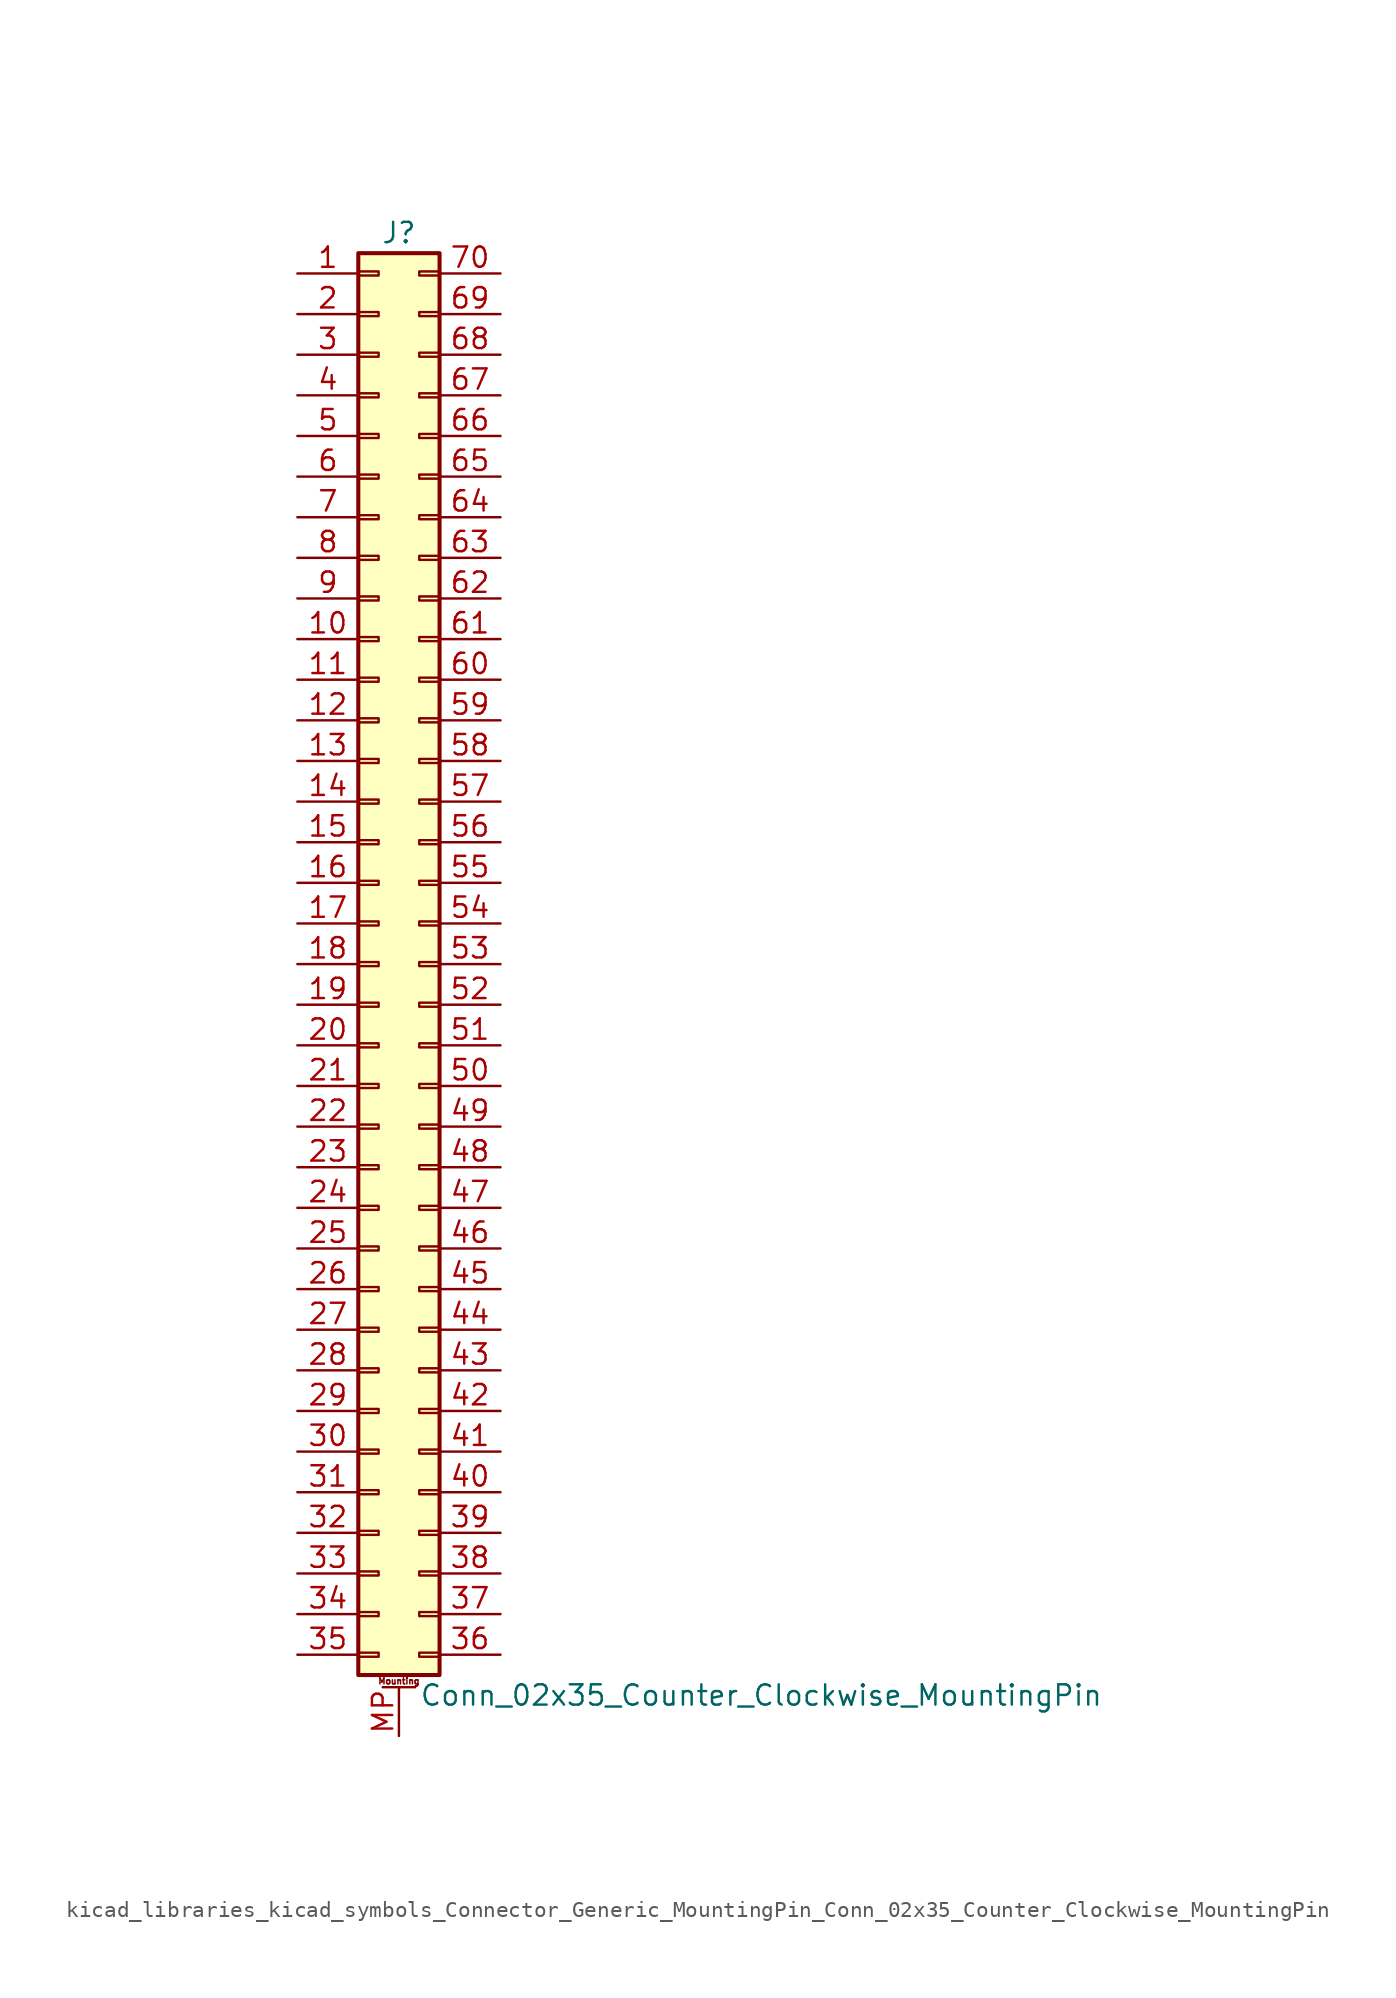
<source format=kicad_sym>
(kicad_symbol_lib
  (version 20220914)
  (generator kicad_symbol_editor)
  (symbol "kicad_libraries_kicad_symbols_Connector_Generic_MountingPin_Conn_02x35_Counter_Clockwise_MountingPin"
    (pin_names
      (offset 1.016) hide)
    (property "Reference" "J"
      (at 1.27 45.72 0)
      (effects (font (size 1.27 1.27))))
    (property "Value" "Conn_02x35_Counter_Clockwise_MountingPin"
      (at 2.54 -45.72 0)
      (effects (font (size 1.27 1.27)) (justify left)))
    (symbol "kicad_libraries_kicad_symbols_Connector_Generic_MountingPin_Conn_02x35_Counter_Clockwise_MountingPin_1_1"
      (rectangle (start -1.27 -43.053) (end 0 -43.307) (stroke (width 0.152) (type default)) (fill (type none)))
      (rectangle (start -1.27 -40.513) (end 0 -40.767) (stroke (width 0.152) (type default)) (fill (type none)))
      (rectangle (start -1.27 -37.973) (end 0 -38.227) (stroke (width 0.152) (type default)) (fill (type none)))
      (rectangle (start -1.27 -35.433) (end 0 -35.687) (stroke (width 0.152) (type default)) (fill (type none)))
      (rectangle (start -1.27 -32.893) (end 0 -33.147) (stroke (width 0.152) (type default)) (fill (type none)))
      (rectangle (start -1.27 -30.353) (end 0 -30.607) (stroke (width 0.152) (type default)) (fill (type none)))
      (rectangle (start -1.27 -27.813) (end 0 -28.067) (stroke (width 0.152) (type default)) (fill (type none)))
      (rectangle (start -1.27 -25.273) (end 0 -25.527) (stroke (width 0.152) (type default)) (fill (type none)))
      (rectangle (start -1.27 -22.733) (end 0 -22.987) (stroke (width 0.152) (type default)) (fill (type none)))
      (rectangle (start -1.27 -20.193) (end 0 -20.447) (stroke (width 0.152) (type default)) (fill (type none)))
      (rectangle (start -1.27 -17.653) (end 0 -17.907) (stroke (width 0.152) (type default)) (fill (type none)))
      (rectangle (start -1.27 -15.113) (end 0 -15.367) (stroke (width 0.152) (type default)) (fill (type none)))
      (rectangle (start -1.27 -12.573) (end 0 -12.827) (stroke (width 0.152) (type default)) (fill (type none)))
      (rectangle (start -1.27 -10.033) (end 0 -10.287) (stroke (width 0.152) (type default)) (fill (type none)))
      (rectangle (start -1.27 -7.493) (end 0 -7.747) (stroke (width 0.152) (type default)) (fill (type none)))
      (rectangle (start -1.27 -4.953) (end 0 -5.207) (stroke (width 0.152) (type default)) (fill (type none)))
      (rectangle (start -1.27 -2.413) (end 0 -2.667) (stroke (width 0.152) (type default)) (fill (type none)))
      (rectangle (start -1.27 0.127) (end 0 -0.127) (stroke (width 0.152) (type default)) (fill (type none)))
      (rectangle (start -1.27 2.667) (end 0 2.413) (stroke (width 0.152) (type default)) (fill (type none)))
      (rectangle (start -1.27 5.207) (end 0 4.953) (stroke (width 0.152) (type default)) (fill (type none)))
      (rectangle (start -1.27 7.747) (end 0 7.493) (stroke (width 0.152) (type default)) (fill (type none)))
      (rectangle (start -1.27 10.287) (end 0 10.033) (stroke (width 0.152) (type default)) (fill (type none)))
      (rectangle (start -1.27 12.827) (end 0 12.573) (stroke (width 0.152) (type default)) (fill (type none)))
      (rectangle (start -1.27 15.367) (end 0 15.113) (stroke (width 0.152) (type default)) (fill (type none)))
      (rectangle (start -1.27 17.907) (end 0 17.653) (stroke (width 0.152) (type default)) (fill (type none)))
      (rectangle (start -1.27 20.447) (end 0 20.193) (stroke (width 0.152) (type default)) (fill (type none)))
      (rectangle (start -1.27 22.987) (end 0 22.733) (stroke (width 0.152) (type default)) (fill (type none)))
      (rectangle (start -1.27 25.527) (end 0 25.273) (stroke (width 0.152) (type default)) (fill (type none)))
      (rectangle (start -1.27 28.067) (end 0 27.813) (stroke (width 0.152) (type default)) (fill (type none)))
      (rectangle (start -1.27 30.607) (end 0 30.353) (stroke (width 0.152) (type default)) (fill (type none)))
      (rectangle (start -1.27 33.147) (end 0 32.893) (stroke (width 0.152) (type default)) (fill (type none)))
      (rectangle (start -1.27 35.687) (end 0 35.433) (stroke (width 0.152) (type default)) (fill (type none)))
      (rectangle (start -1.27 38.227) (end 0 37.973) (stroke (width 0.152) (type default)) (fill (type none)))
      (rectangle (start -1.27 40.767) (end 0 40.513) (stroke (width 0.152) (type default)) (fill (type none)))
      (rectangle (start -1.27 43.307) (end 0 43.053) (stroke (width 0.152) (type default)) (fill (type none)))
      (rectangle (start -1.27 44.45) (end 3.81 -44.45) (stroke (width 0.254) (type default)) (fill (type background)))
      (polyline (pts (xy 0.254 -45.212) (xy 2.286 -45.212)) (stroke (width 0.152) (type default)) (fill (type none)))
      (rectangle (start 3.81 -43.053) (end 2.54 -43.307) (stroke (width 0.152) (type default)) (fill (type none)))
      (rectangle (start 3.81 -40.513) (end 2.54 -40.767) (stroke (width 0.152) (type default)) (fill (type none)))
      (rectangle (start 3.81 -37.973) (end 2.54 -38.227) (stroke (width 0.152) (type default)) (fill (type none)))
      (rectangle (start 3.81 -35.433) (end 2.54 -35.687) (stroke (width 0.152) (type default)) (fill (type none)))
      (rectangle (start 3.81 -32.893) (end 2.54 -33.147) (stroke (width 0.152) (type default)) (fill (type none)))
      (rectangle (start 3.81 -30.353) (end 2.54 -30.607) (stroke (width 0.152) (type default)) (fill (type none)))
      (rectangle (start 3.81 -27.813) (end 2.54 -28.067) (stroke (width 0.152) (type default)) (fill (type none)))
      (rectangle (start 3.81 -25.273) (end 2.54 -25.527) (stroke (width 0.152) (type default)) (fill (type none)))
      (rectangle (start 3.81 -22.733) (end 2.54 -22.987) (stroke (width 0.152) (type default)) (fill (type none)))
      (rectangle (start 3.81 -20.193) (end 2.54 -20.447) (stroke (width 0.152) (type default)) (fill (type none)))
      (rectangle (start 3.81 -17.653) (end 2.54 -17.907) (stroke (width 0.152) (type default)) (fill (type none)))
      (rectangle (start 3.81 -15.113) (end 2.54 -15.367) (stroke (width 0.152) (type default)) (fill (type none)))
      (rectangle (start 3.81 -12.573) (end 2.54 -12.827) (stroke (width 0.152) (type default)) (fill (type none)))
      (rectangle (start 3.81 -10.033) (end 2.54 -10.287) (stroke (width 0.152) (type default)) (fill (type none)))
      (rectangle (start 3.81 -7.493) (end 2.54 -7.747) (stroke (width 0.152) (type default)) (fill (type none)))
      (rectangle (start 3.81 -4.953) (end 2.54 -5.207) (stroke (width 0.152) (type default)) (fill (type none)))
      (rectangle (start 3.81 -2.413) (end 2.54 -2.667) (stroke (width 0.152) (type default)) (fill (type none)))
      (rectangle (start 3.81 0.127) (end 2.54 -0.127) (stroke (width 0.152) (type default)) (fill (type none)))
      (rectangle (start 3.81 2.667) (end 2.54 2.413) (stroke (width 0.152) (type default)) (fill (type none)))
      (rectangle (start 3.81 5.207) (end 2.54 4.953) (stroke (width 0.152) (type default)) (fill (type none)))
      (rectangle (start 3.81 7.747) (end 2.54 7.493) (stroke (width 0.152) (type default)) (fill (type none)))
      (rectangle (start 3.81 10.287) (end 2.54 10.033) (stroke (width 0.152) (type default)) (fill (type none)))
      (rectangle (start 3.81 12.827) (end 2.54 12.573) (stroke (width 0.152) (type default)) (fill (type none)))
      (rectangle (start 3.81 15.367) (end 2.54 15.113) (stroke (width 0.152) (type default)) (fill (type none)))
      (rectangle (start 3.81 17.907) (end 2.54 17.653) (stroke (width 0.152) (type default)) (fill (type none)))
      (rectangle (start 3.81 20.447) (end 2.54 20.193) (stroke (width 0.152) (type default)) (fill (type none)))
      (rectangle (start 3.81 22.987) (end 2.54 22.733) (stroke (width 0.152) (type default)) (fill (type none)))
      (rectangle (start 3.81 25.527) (end 2.54 25.273) (stroke (width 0.152) (type default)) (fill (type none)))
      (rectangle (start 3.81 28.067) (end 2.54 27.813) (stroke (width 0.152) (type default)) (fill (type none)))
      (rectangle (start 3.81 30.607) (end 2.54 30.353) (stroke (width 0.152) (type default)) (fill (type none)))
      (rectangle (start 3.81 33.147) (end 2.54 32.893) (stroke (width 0.152) (type default)) (fill (type none)))
      (rectangle (start 3.81 35.687) (end 2.54 35.433) (stroke (width 0.152) (type default)) (fill (type none)))
      (rectangle (start 3.81 38.227) (end 2.54 37.973) (stroke (width 0.152) (type default)) (fill (type none)))
      (rectangle (start 3.81 40.767) (end 2.54 40.513) (stroke (width 0.152) (type default)) (fill (type none)))
      (rectangle (start 3.81 43.307) (end 2.54 43.053) (stroke (width 0.152) (type default)) (fill (type none)))
      (text "Mounting" (at 1.27 -44.831 0) (effects (font (size 0.381 0.381))))
      (pin passive line (at -5.08 43.18 0) (length 3.81) (name "Pin_1" (effects (font (size 1.27 1.27)))) (number "1" (effects (font (size 1.27 1.27)))))
      (pin passive line (at -5.08 20.32 0) (length 3.81) (name "Pin_10" (effects (font (size 1.27 1.27)))) (number "10" (effects (font (size 1.27 1.27)))))
      (pin passive line (at -5.08 17.78 0) (length 3.81) (name "Pin_11" (effects (font (size 1.27 1.27)))) (number "11" (effects (font (size 1.27 1.27)))))
      (pin passive line (at -5.08 15.24 0) (length 3.81) (name "Pin_12" (effects (font (size 1.27 1.27)))) (number "12" (effects (font (size 1.27 1.27)))))
      (pin passive line (at -5.08 12.7 0) (length 3.81) (name "Pin_13" (effects (font (size 1.27 1.27)))) (number "13" (effects (font (size 1.27 1.27)))))
      (pin passive line (at -5.08 10.16 0) (length 3.81) (name "Pin_14" (effects (font (size 1.27 1.27)))) (number "14" (effects (font (size 1.27 1.27)))))
      (pin passive line (at -5.08 7.62 0) (length 3.81) (name "Pin_15" (effects (font (size 1.27 1.27)))) (number "15" (effects (font (size 1.27 1.27)))))
      (pin passive line (at -5.08 5.08 0) (length 3.81) (name "Pin_16" (effects (font (size 1.27 1.27)))) (number "16" (effects (font (size 1.27 1.27)))))
      (pin passive line (at -5.08 2.54 0) (length 3.81) (name "Pin_17" (effects (font (size 1.27 1.27)))) (number "17" (effects (font (size 1.27 1.27)))))
      (pin passive line (at -5.08 0 0) (length 3.81) (name "Pin_18" (effects (font (size 1.27 1.27)))) (number "18" (effects (font (size 1.27 1.27)))))
      (pin passive line (at -5.08 -2.54 0) (length 3.81) (name "Pin_19" (effects (font (size 1.27 1.27)))) (number "19" (effects (font (size 1.27 1.27)))))
      (pin passive line (at -5.08 40.64 0) (length 3.81) (name "Pin_2" (effects (font (size 1.27 1.27)))) (number "2" (effects (font (size 1.27 1.27)))))
      (pin passive line (at -5.08 -5.08 0) (length 3.81) (name "Pin_20" (effects (font (size 1.27 1.27)))) (number "20" (effects (font (size 1.27 1.27)))))
      (pin passive line (at -5.08 -7.62 0) (length 3.81) (name "Pin_21" (effects (font (size 1.27 1.27)))) (number "21" (effects (font (size 1.27 1.27)))))
      (pin passive line (at -5.08 -10.16 0) (length 3.81) (name "Pin_22" (effects (font (size 1.27 1.27)))) (number "22" (effects (font (size 1.27 1.27)))))
      (pin passive line (at -5.08 -12.7 0) (length 3.81) (name "Pin_23" (effects (font (size 1.27 1.27)))) (number "23" (effects (font (size 1.27 1.27)))))
      (pin passive line (at -5.08 -15.24 0) (length 3.81) (name "Pin_24" (effects (font (size 1.27 1.27)))) (number "24" (effects (font (size 1.27 1.27)))))
      (pin passive line (at -5.08 -17.78 0) (length 3.81) (name "Pin_25" (effects (font (size 1.27 1.27)))) (number "25" (effects (font (size 1.27 1.27)))))
      (pin passive line (at -5.08 -20.32 0) (length 3.81) (name "Pin_26" (effects (font (size 1.27 1.27)))) (number "26" (effects (font (size 1.27 1.27)))))
      (pin passive line (at -5.08 -22.86 0) (length 3.81) (name "Pin_27" (effects (font (size 1.27 1.27)))) (number "27" (effects (font (size 1.27 1.27)))))
      (pin passive line (at -5.08 -25.4 0) (length 3.81) (name "Pin_28" (effects (font (size 1.27 1.27)))) (number "28" (effects (font (size 1.27 1.27)))))
      (pin passive line (at -5.08 -27.94 0) (length 3.81) (name "Pin_29" (effects (font (size 1.27 1.27)))) (number "29" (effects (font (size 1.27 1.27)))))
      (pin passive line (at -5.08 38.1 0) (length 3.81) (name "Pin_3" (effects (font (size 1.27 1.27)))) (number "3" (effects (font (size 1.27 1.27)))))
      (pin passive line (at -5.08 -30.48 0) (length 3.81) (name "Pin_30" (effects (font (size 1.27 1.27)))) (number "30" (effects (font (size 1.27 1.27)))))
      (pin passive line (at -5.08 -33.02 0) (length 3.81) (name "Pin_31" (effects (font (size 1.27 1.27)))) (number "31" (effects (font (size 1.27 1.27)))))
      (pin passive line (at -5.08 -35.56 0) (length 3.81) (name "Pin_32" (effects (font (size 1.27 1.27)))) (number "32" (effects (font (size 1.27 1.27)))))
      (pin passive line (at -5.08 -38.1 0) (length 3.81) (name "Pin_33" (effects (font (size 1.27 1.27)))) (number "33" (effects (font (size 1.27 1.27)))))
      (pin passive line (at -5.08 -40.64 0) (length 3.81) (name "Pin_34" (effects (font (size 1.27 1.27)))) (number "34" (effects (font (size 1.27 1.27)))))
      (pin passive line (at -5.08 -43.18 0) (length 3.81) (name "Pin_35" (effects (font (size 1.27 1.27)))) (number "35" (effects (font (size 1.27 1.27)))))
      (pin passive line (at 7.62 -43.18 180) (length 3.81) (name "Pin_36" (effects (font (size 1.27 1.27)))) (number "36" (effects (font (size 1.27 1.27)))))
      (pin passive line (at 7.62 -40.64 180) (length 3.81) (name "Pin_37" (effects (font (size 1.27 1.27)))) (number "37" (effects (font (size 1.27 1.27)))))
      (pin passive line (at 7.62 -38.1 180) (length 3.81) (name "Pin_38" (effects (font (size 1.27 1.27)))) (number "38" (effects (font (size 1.27 1.27)))))
      (pin passive line (at 7.62 -35.56 180) (length 3.81) (name "Pin_39" (effects (font (size 1.27 1.27)))) (number "39" (effects (font (size 1.27 1.27)))))
      (pin passive line (at -5.08 35.56 0) (length 3.81) (name "Pin_4" (effects (font (size 1.27 1.27)))) (number "4" (effects (font (size 1.27 1.27)))))
      (pin passive line (at 7.62 -33.02 180) (length 3.81) (name "Pin_40" (effects (font (size 1.27 1.27)))) (number "40" (effects (font (size 1.27 1.27)))))
      (pin passive line (at 7.62 -30.48 180) (length 3.81) (name "Pin_41" (effects (font (size 1.27 1.27)))) (number "41" (effects (font (size 1.27 1.27)))))
      (pin passive line (at 7.62 -27.94 180) (length 3.81) (name "Pin_42" (effects (font (size 1.27 1.27)))) (number "42" (effects (font (size 1.27 1.27)))))
      (pin passive line (at 7.62 -25.4 180) (length 3.81) (name "Pin_43" (effects (font (size 1.27 1.27)))) (number "43" (effects (font (size 1.27 1.27)))))
      (pin passive line (at 7.62 -22.86 180) (length 3.81) (name "Pin_44" (effects (font (size 1.27 1.27)))) (number "44" (effects (font (size 1.27 1.27)))))
      (pin passive line (at 7.62 -20.32 180) (length 3.81) (name "Pin_45" (effects (font (size 1.27 1.27)))) (number "45" (effects (font (size 1.27 1.27)))))
      (pin passive line (at 7.62 -17.78 180) (length 3.81) (name "Pin_46" (effects (font (size 1.27 1.27)))) (number "46" (effects (font (size 1.27 1.27)))))
      (pin passive line (at 7.62 -15.24 180) (length 3.81) (name "Pin_47" (effects (font (size 1.27 1.27)))) (number "47" (effects (font (size 1.27 1.27)))))
      (pin passive line (at 7.62 -12.7 180) (length 3.81) (name "Pin_48" (effects (font (size 1.27 1.27)))) (number "48" (effects (font (size 1.27 1.27)))))
      (pin passive line (at 7.62 -10.16 180) (length 3.81) (name "Pin_49" (effects (font (size 1.27 1.27)))) (number "49" (effects (font (size 1.27 1.27)))))
      (pin passive line (at -5.08 33.02 0) (length 3.81) (name "Pin_5" (effects (font (size 1.27 1.27)))) (number "5" (effects (font (size 1.27 1.27)))))
      (pin passive line (at 7.62 -7.62 180) (length 3.81) (name "Pin_50" (effects (font (size 1.27 1.27)))) (number "50" (effects (font (size 1.27 1.27)))))
      (pin passive line (at 7.62 -5.08 180) (length 3.81) (name "Pin_51" (effects (font (size 1.27 1.27)))) (number "51" (effects (font (size 1.27 1.27)))))
      (pin passive line (at 7.62 -2.54 180) (length 3.81) (name "Pin_52" (effects (font (size 1.27 1.27)))) (number "52" (effects (font (size 1.27 1.27)))))
      (pin passive line (at 7.62 0 180) (length 3.81) (name "Pin_53" (effects (font (size 1.27 1.27)))) (number "53" (effects (font (size 1.27 1.27)))))
      (pin passive line (at 7.62 2.54 180) (length 3.81) (name "Pin_54" (effects (font (size 1.27 1.27)))) (number "54" (effects (font (size 1.27 1.27)))))
      (pin passive line (at 7.62 5.08 180) (length 3.81) (name "Pin_55" (effects (font (size 1.27 1.27)))) (number "55" (effects (font (size 1.27 1.27)))))
      (pin passive line (at 7.62 7.62 180) (length 3.81) (name "Pin_56" (effects (font (size 1.27 1.27)))) (number "56" (effects (font (size 1.27 1.27)))))
      (pin passive line (at 7.62 10.16 180) (length 3.81) (name "Pin_57" (effects (font (size 1.27 1.27)))) (number "57" (effects (font (size 1.27 1.27)))))
      (pin passive line (at 7.62 12.7 180) (length 3.81) (name "Pin_58" (effects (font (size 1.27 1.27)))) (number "58" (effects (font (size 1.27 1.27)))))
      (pin passive line (at 7.62 15.24 180) (length 3.81) (name "Pin_59" (effects (font (size 1.27 1.27)))) (number "59" (effects (font (size 1.27 1.27)))))
      (pin passive line (at -5.08 30.48 0) (length 3.81) (name "Pin_6" (effects (font (size 1.27 1.27)))) (number "6" (effects (font (size 1.27 1.27)))))
      (pin passive line (at 7.62 17.78 180) (length 3.81) (name "Pin_60" (effects (font (size 1.27 1.27)))) (number "60" (effects (font (size 1.27 1.27)))))
      (pin passive line (at 7.62 20.32 180) (length 3.81) (name "Pin_61" (effects (font (size 1.27 1.27)))) (number "61" (effects (font (size 1.27 1.27)))))
      (pin passive line (at 7.62 22.86 180) (length 3.81) (name "Pin_62" (effects (font (size 1.27 1.27)))) (number "62" (effects (font (size 1.27 1.27)))))
      (pin passive line (at 7.62 25.4 180) (length 3.81) (name "Pin_63" (effects (font (size 1.27 1.27)))) (number "63" (effects (font (size 1.27 1.27)))))
      (pin passive line (at 7.62 27.94 180) (length 3.81) (name "Pin_64" (effects (font (size 1.27 1.27)))) (number "64" (effects (font (size 1.27 1.27)))))
      (pin passive line (at 7.62 30.48 180) (length 3.81) (name "Pin_65" (effects (font (size 1.27 1.27)))) (number "65" (effects (font (size 1.27 1.27)))))
      (pin passive line (at 7.62 33.02 180) (length 3.81) (name "Pin_66" (effects (font (size 1.27 1.27)))) (number "66" (effects (font (size 1.27 1.27)))))
      (pin passive line (at 7.62 35.56 180) (length 3.81) (name "Pin_67" (effects (font (size 1.27 1.27)))) (number "67" (effects (font (size 1.27 1.27)))))
      (pin passive line (at 7.62 38.1 180) (length 3.81) (name "Pin_68" (effects (font (size 1.27 1.27)))) (number "68" (effects (font (size 1.27 1.27)))))
      (pin passive line (at 7.62 40.64 180) (length 3.81) (name "Pin_69" (effects (font (size 1.27 1.27)))) (number "69" (effects (font (size 1.27 1.27)))))
      (pin passive line (at -5.08 27.94 0) (length 3.81) (name "Pin_7" (effects (font (size 1.27 1.27)))) (number "7" (effects (font (size 1.27 1.27)))))
      (pin passive line (at 7.62 43.18 180) (length 3.81) (name "Pin_70" (effects (font (size 1.27 1.27)))) (number "70" (effects (font (size 1.27 1.27)))))
      (pin passive line (at -5.08 25.4 0) (length 3.81) (name "Pin_8" (effects (font (size 1.27 1.27)))) (number "8" (effects (font (size 1.27 1.27)))))
      (pin passive line (at -5.08 22.86 0) (length 3.81) (name "Pin_9" (effects (font (size 1.27 1.27)))) (number "9" (effects (font (size 1.27 1.27)))))
      (pin passive line (at 1.27 -48.26 90) (length 3.048) (name "MountPin" (effects (font (size 1.27 1.27)))) (number "MP" (effects (font (size 1.27 1.27))))))))
</source>
